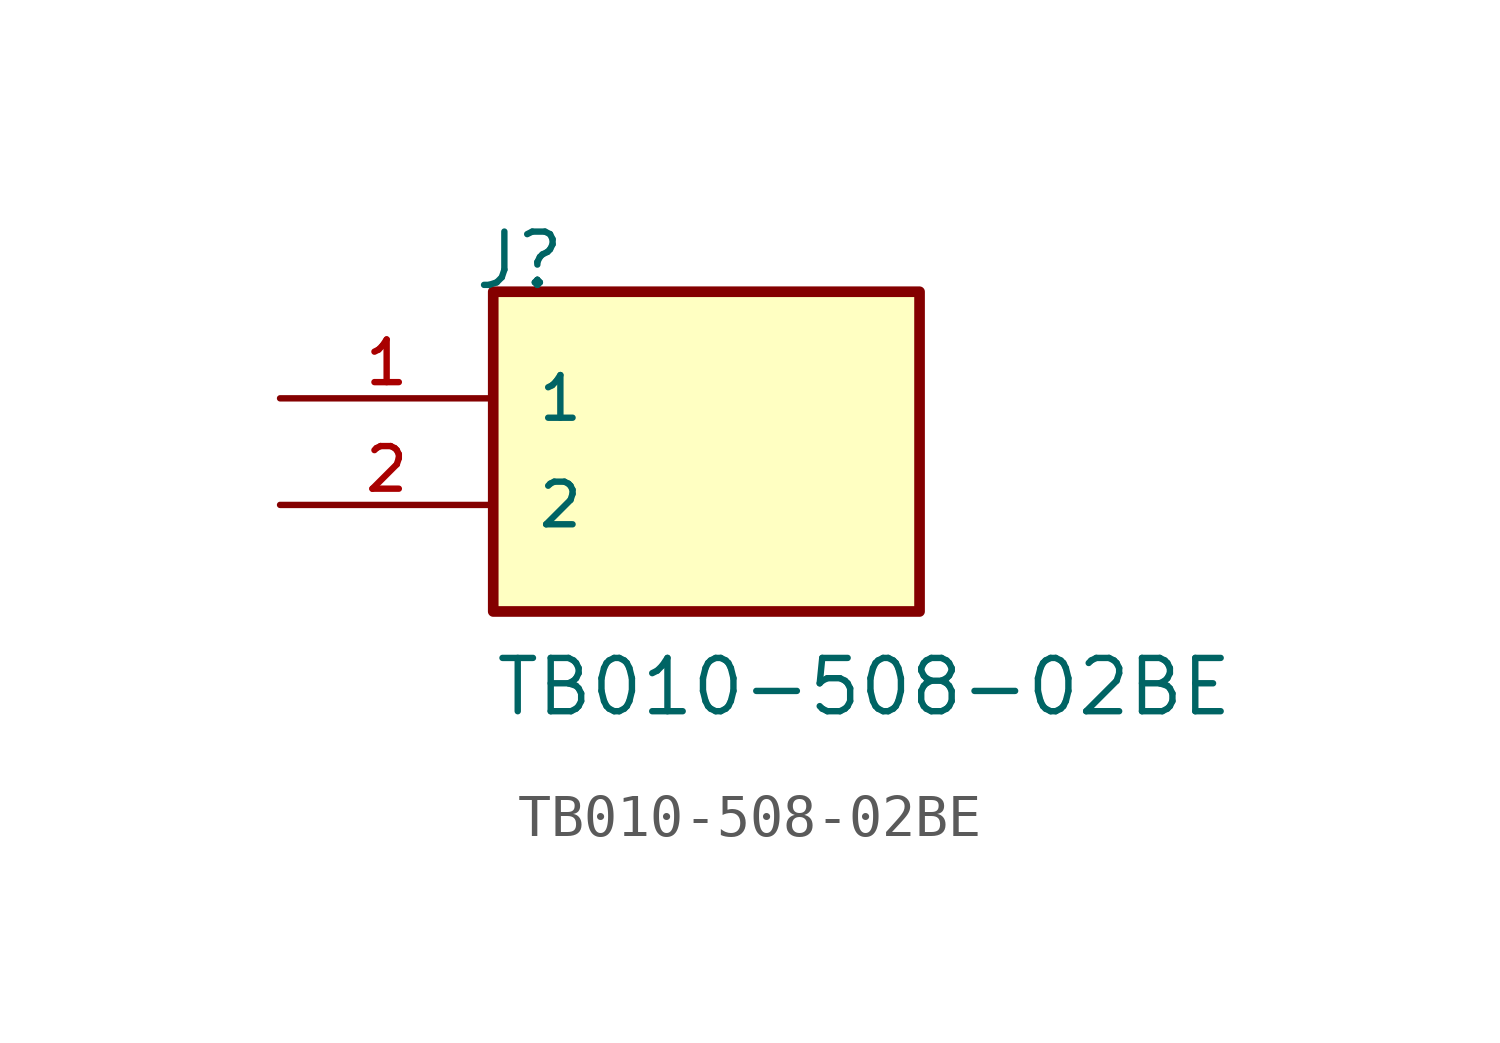
<source format=kicad_sym>
(kicad_symbol_lib
  (version 20211014)
  (generator kicad_symbol_editor)
  (symbol "TB010-508-02BE"
    (pin_names
      (offset 1.016))
    (property "Reference" "J"
      (at -5.58 5.08 0)
      (effects (font (size 1.27 1.27)) (justify bottom left)))
    (property "Value" "TB010-508-02BE"
      (at -5.08 -5.08 0)
      (effects (font (size 1.27 1.27)) (justify bottom left)))
    (symbol "TB010-508-02BE_0_0"
      (rectangle (start -5.08 -2.54) (end 5.08 5.08) (stroke (width 0.254)) (fill (type background)))
      (pin passive line (at -10.16 2.54 0) (length 5.08) (name "1" (effects (font (size 1.016 1.016)))) (number "1" (effects (font (size 1.016 1.016)))))
      (pin passive line (at -10.16 0.0 0) (length 5.08) (name "2" (effects (font (size 1.016 1.016)))) (number "2" (effects (font (size 1.016 1.016))))))))
</source>
